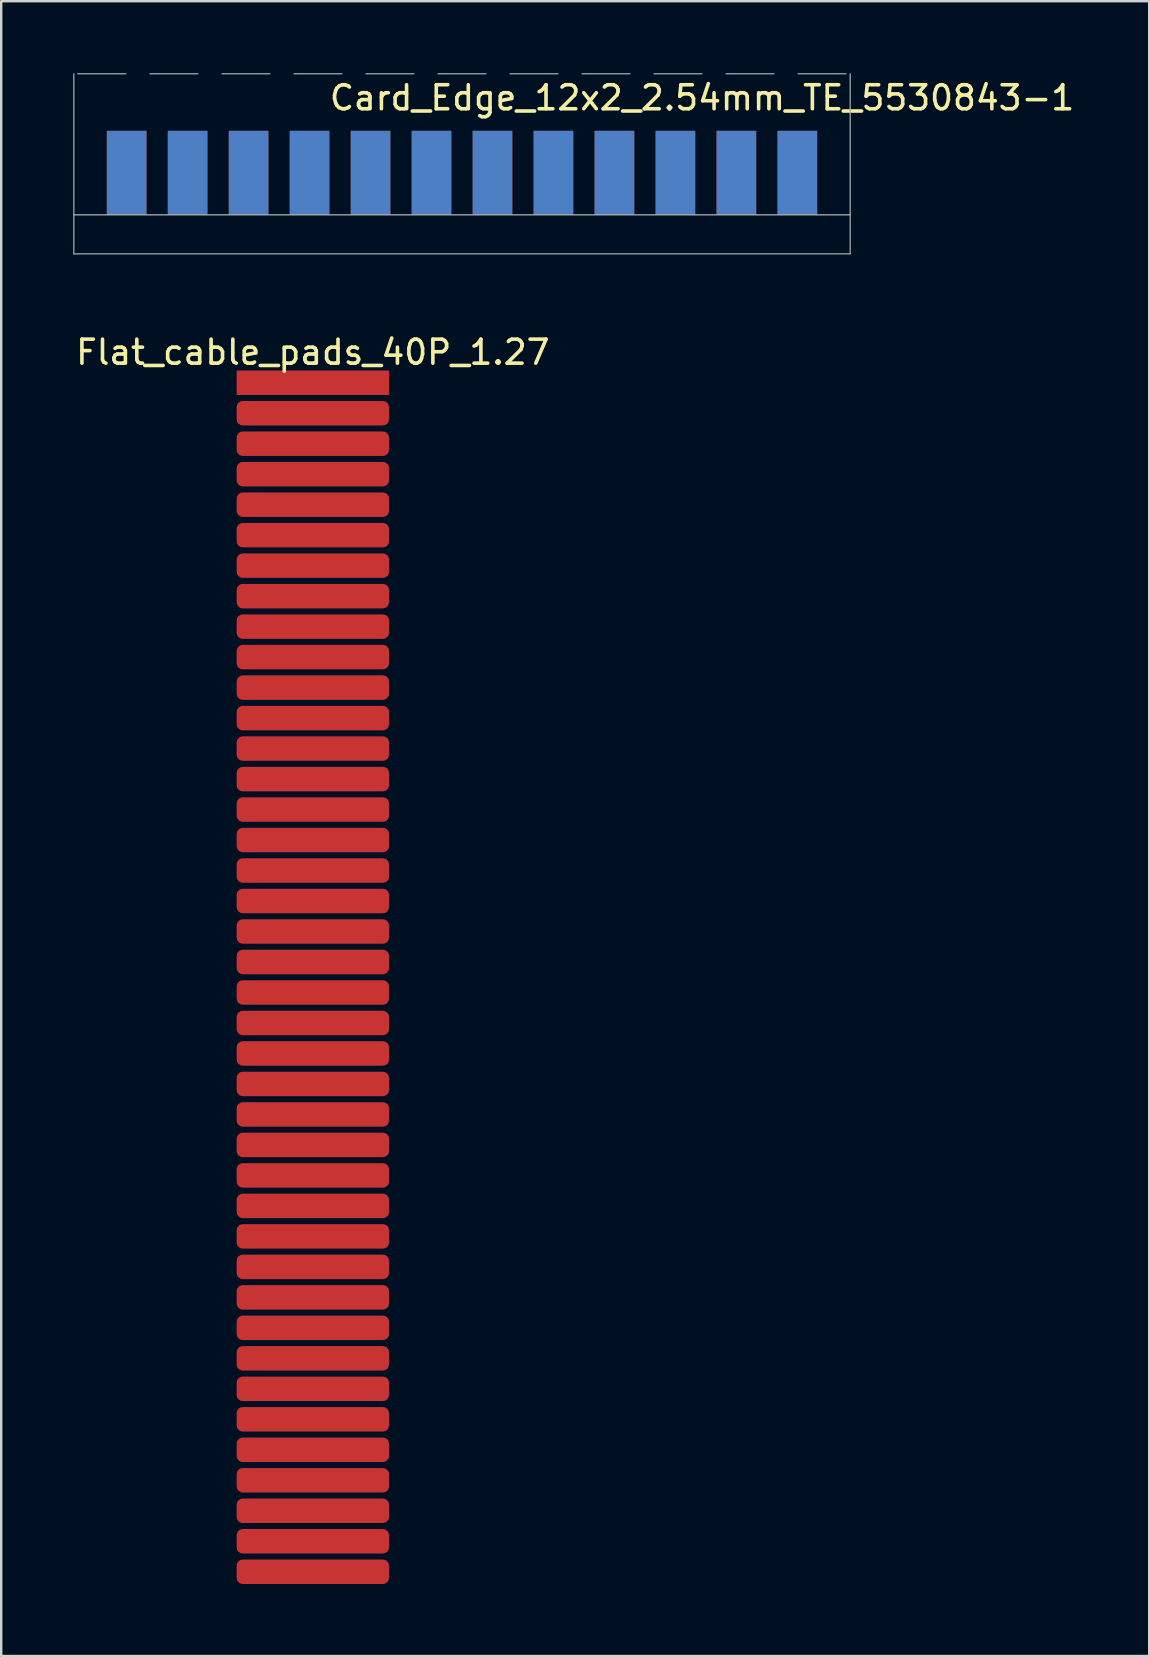
<source format=kicad_pcb>
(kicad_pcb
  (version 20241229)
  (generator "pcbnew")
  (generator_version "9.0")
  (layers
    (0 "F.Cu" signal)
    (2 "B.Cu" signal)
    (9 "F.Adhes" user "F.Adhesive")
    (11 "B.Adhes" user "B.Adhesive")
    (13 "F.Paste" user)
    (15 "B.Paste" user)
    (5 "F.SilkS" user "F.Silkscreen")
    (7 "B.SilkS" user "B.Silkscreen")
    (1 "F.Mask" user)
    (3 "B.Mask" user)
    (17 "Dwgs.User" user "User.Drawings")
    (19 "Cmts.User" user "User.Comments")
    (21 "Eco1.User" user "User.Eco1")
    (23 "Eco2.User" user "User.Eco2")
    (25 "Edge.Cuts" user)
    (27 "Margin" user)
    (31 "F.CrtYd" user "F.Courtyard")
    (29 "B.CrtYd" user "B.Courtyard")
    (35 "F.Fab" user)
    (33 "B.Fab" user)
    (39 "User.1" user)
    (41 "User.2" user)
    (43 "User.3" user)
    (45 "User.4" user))
  (footprint "Card_Edge_12x2_2.54mm_TE_5530843-1"
    (layer "F.Cu")
    (at 16.195 7.525)
    (property "Reference" "Card_Edge_12x2_2.54mm_TE_5530843-1" (at 10 -6.5 0) (layer "F.SilkS") (effects (font (size 1 1) (thickness 0.15))))
    (attr exclude_from_pos_files exclude_from_bom)
    (fp_line (start -16.17 -1.626) (end 16.17 -1.626) (stroke (width 0.05) (type solid)) (layer "F.Fab"))
    (fp_line (start -16.17 0) (end -16.17 -7.5) (stroke (width 0.05) (type solid)) (layer "F.Fab"))
    (fp_line (start -16.17 0) (end 16.17 0) (stroke (width 0.05) (type solid)) (layer "F.Fab"))
    (fp_line (start -14 -7.5) (end -16 -7.5) (stroke (width 0.05) (type solid)) (layer "F.Fab"))
    (fp_line (start -11 -7.5) (end -13 -7.5) (stroke (width 0.05) (type solid)) (layer "F.Fab"))
    (fp_line (start -8 -7.5) (end -10 -7.5) (stroke (width 0.05) (type solid)) (layer "F.Fab"))
    (fp_line (start -5 -7.5) (end -7 -7.5) (stroke (width 0.05) (type solid)) (layer "F.Fab"))
    (fp_line (start -2 -7.5) (end -4 -7.5) (stroke (width 0.05) (type solid)) (layer "F.Fab"))
    (fp_line (start 1 -7.5) (end -1 -7.5) (stroke (width 0.05) (type solid)) (layer "F.Fab"))
    (fp_line (start 2 -7.5) (end 4 -7.5) (stroke (width 0.05) (type solid)) (layer "F.Fab"))
    (fp_line (start 5 -7.5) (end 7 -7.5) (stroke (width 0.05) (type solid)) (layer "F.Fab"))
    (fp_line (start 8 -7.5) (end 10 -7.5) (stroke (width 0.05) (type solid)) (layer "F.Fab"))
    (fp_line (start 11 -7.5) (end 13 -7.5) (stroke (width 0.05) (type solid)) (layer "F.Fab"))
    (fp_line (start 14 -7.5) (end 16 -7.5) (stroke (width 0.05) (type solid)) (layer "F.Fab"))
    (fp_line (start 16.17 0) (end 16.17 -7.5) (stroke (width 0.05) (type solid)) (layer "F.Fab"))
    (pad "1" connect rect (at -13.97 -3.375) (size 1.65 3.5) (layers "F.Cu" "F.Mask"))
    (pad "2" connect rect (at -13.97 -3.375) (size 1.65 3.5) (layers "B.Cu" "B.Mask"))
    (pad "3" connect rect (at -11.43 -3.375) (size 1.65 3.5) (layers "F.Cu" "F.Mask"))
    (pad "4" connect rect (at -11.43 -3.375) (size 1.65 3.5) (layers "B.Cu" "B.Mask"))
    (pad "5" connect rect (at -8.89 -3.375) (size 1.65 3.5) (layers "F.Cu" "F.Mask"))
    (pad "6" connect rect (at -8.89 -3.375) (size 1.65 3.5) (layers "B.Cu" "B.Mask"))
    (pad "7" connect rect (at -6.35 -3.375) (size 1.65 3.5) (layers "F.Cu" "F.Mask"))
    (pad "8" connect rect (at -6.35 -3.375) (size 1.65 3.5) (layers "B.Cu" "B.Mask"))
    (pad "9" connect rect (at -3.81 -3.375) (size 1.65 3.5) (layers "F.Cu" "F.Mask"))
    (pad "10" connect rect (at -3.81 -3.375) (size 1.65 3.5) (layers "B.Cu" "B.Mask"))
    (pad "11" connect rect (at -1.27 -3.375) (size 1.65 3.5) (layers "F.Cu" "F.Mask"))
    (pad "12" connect rect (at -1.27 -3.375) (size 1.65 3.5) (layers "B.Cu" "B.Mask"))
    (pad "13" connect rect (at 1.27 -3.375) (size 1.65 3.5) (layers "F.Cu" "F.Mask"))
    (pad "14" connect rect (at 1.27 -3.375) (size 1.65 3.5) (layers "B.Cu" "B.Mask"))
    (pad "15" connect rect (at 3.81 -3.375) (size 1.65 3.5) (layers "F.Cu" "F.Mask"))
    (pad "16" connect rect (at 3.81 -3.375) (size 1.65 3.5) (layers "B.Cu" "B.Mask"))
    (pad "17" connect rect (at 6.35 -3.375) (size 1.65 3.5) (layers "F.Cu" "F.Mask"))
    (pad "18" connect rect (at 6.35 -3.375) (size 1.65 3.5) (layers "B.Cu" "B.Mask"))
    (pad "19" connect rect (at 8.89 -3.375) (size 1.65 3.5) (layers "F.Cu" "F.Mask"))
    (pad "20" connect rect (at 8.89 -3.375) (size 1.65 3.5) (layers "B.Cu" "B.Mask"))
    (pad "21" connect rect (at 11.43 -3.375) (size 1.65 3.5) (layers "F.Cu" "F.Mask"))
    (pad "22" connect rect (at 11.43 -3.375) (size 1.65 3.5) (layers "B.Cu" "B.Mask"))
    (pad "23" connect rect (at 13.97 -3.375) (size 1.65 3.5) (layers "F.Cu" "F.Mask"))
    (pad "24" connect rect (at 13.97 -3.375) (size 1.65 3.5) (layers "B.Cu" "B.Mask")))
  (footprint "Flat_cable_pads_40P_1.27"
    (layer "F.Cu")
    (at 9.982 37.658)
    (property "Reference" "Flat_cable_pads_40P_1.27" (at 0 -26.035 0) (layer "F.SilkS") (effects (font (size 1 1) (thickness 0.15))))
    (attr exclude_from_pos_files exclude_from_bom)
    (pad "1" connect rect (at 0 -24.765) (size 6.35 1.02) (layers "F.Cu" "F.Mask"))
    (pad "2" connect roundrect (at 0 -23.495) (size 6.35 1.02) (layers "F.Cu" "F.Mask") (roundrect_rratio 0.25))
    (pad "3" connect roundrect (at 0 -22.225) (size 6.35 1.02) (layers "F.Cu" "F.Mask") (roundrect_rratio 0.25))
    (pad "4" connect roundrect (at 0 -20.955) (size 6.35 1.02) (layers "F.Cu" "F.Mask") (roundrect_rratio 0.25))
    (pad "5" connect roundrect (at 0 -19.685) (size 6.35 1.02) (layers "F.Cu" "F.Mask") (roundrect_rratio 0.25))
    (pad "6" connect roundrect (at 0 -18.415) (size 6.35 1.02) (layers "F.Cu" "F.Mask") (roundrect_rratio 0.25))
    (pad "7" connect roundrect (at 0 -17.145) (size 6.35 1.02) (layers "F.Cu" "F.Mask") (roundrect_rratio 0.25))
    (pad "8" connect roundrect (at 0 -15.875) (size 6.35 1.02) (layers "F.Cu" "F.Mask") (roundrect_rratio 0.25))
    (pad "9" connect roundrect (at 0 -14.605) (size 6.35 1.02) (layers "F.Cu" "F.Mask") (roundrect_rratio 0.25))
    (pad "10" connect roundrect (at 0 -13.335) (size 6.35 1.02) (layers "F.Cu" "F.Mask") (roundrect_rratio 0.25))
    (pad "11" connect roundrect (at 0 -12.065) (size 6.35 1.02) (layers "F.Cu" "F.Mask") (roundrect_rratio 0.25))
    (pad "12" connect roundrect (at 0 -10.795) (size 6.35 1.02) (layers "F.Cu" "F.Mask") (roundrect_rratio 0.25))
    (pad "13" connect roundrect (at 0 -9.525) (size 6.35 1.02) (layers "F.Cu" "F.Mask") (roundrect_rratio 0.25))
    (pad "14" connect roundrect (at 0 -8.255) (size 6.35 1.02) (layers "F.Cu" "F.Mask") (roundrect_rratio 0.25))
    (pad "15" connect roundrect (at 0 -6.985) (size 6.35 1.02) (layers "F.Cu" "F.Mask") (roundrect_rratio 0.25))
    (pad "16" connect roundrect (at 0 -5.715) (size 6.35 1.02) (layers "F.Cu" "F.Mask") (roundrect_rratio 0.25))
    (pad "17" connect roundrect (at 0 -4.445) (size 6.35 1.02) (layers "F.Cu" "F.Mask") (roundrect_rratio 0.25))
    (pad "18" connect roundrect (at 0 -3.175) (size 6.35 1.02) (layers "F.Cu" "F.Mask") (roundrect_rratio 0.25))
    (pad "19" connect roundrect (at 0 -1.905) (size 6.35 1.02) (layers "F.Cu" "F.Mask") (roundrect_rratio 0.25))
    (pad "20" connect roundrect (at 0 -0.635) (size 6.35 1.02) (layers "F.Cu" "F.Mask") (roundrect_rratio 0.25))
    (pad "21" connect roundrect (at 0 0.635) (size 6.35 1.02) (layers "F.Cu" "F.Mask") (roundrect_rratio 0.25))
    (pad "22" connect roundrect (at 0 1.905) (size 6.35 1.02) (layers "F.Cu" "F.Mask") (roundrect_rratio 0.25))
    (pad "23" connect roundrect (at 0 3.175) (size 6.35 1.02) (layers "F.Cu" "F.Mask") (roundrect_rratio 0.25))
    (pad "24" connect roundrect (at 0 4.445) (size 6.35 1.02) (layers "F.Cu" "F.Mask") (roundrect_rratio 0.25))
    (pad "25" connect roundrect (at 0 5.715) (size 6.35 1.02) (layers "F.Cu" "F.Mask") (roundrect_rratio 0.25))
    (pad "26" connect roundrect (at 0 6.985) (size 6.35 1.02) (layers "F.Cu" "F.Mask") (roundrect_rratio 0.25))
    (pad "27" connect roundrect (at 0 8.255) (size 6.35 1.02) (layers "F.Cu" "F.Mask") (roundrect_rratio 0.25))
    (pad "28" connect roundrect (at 0 9.525) (size 6.35 1.02) (layers "F.Cu" "F.Mask") (roundrect_rratio 0.25))
    (pad "29" connect roundrect (at 0 10.795) (size 6.35 1.02) (layers "F.Cu" "F.Mask") (roundrect_rratio 0.25))
    (pad "30" connect roundrect (at 0 12.065) (size 6.35 1.02) (layers "F.Cu" "F.Mask") (roundrect_rratio 0.25))
    (pad "31" connect roundrect (at 0 13.335) (size 6.35 1.02) (layers "F.Cu" "F.Mask") (roundrect_rratio 0.25))
    (pad "32" connect roundrect (at 0 14.605) (size 6.35 1.02) (layers "F.Cu" "F.Mask") (roundrect_rratio 0.25))
    (pad "33" connect roundrect (at 0 15.875) (size 6.35 1.02) (layers "F.Cu" "F.Mask") (roundrect_rratio 0.25))
    (pad "34" connect roundrect (at 0 17.145) (size 6.35 1.02) (layers "F.Cu" "F.Mask") (roundrect_rratio 0.25))
    (pad "35" connect roundrect (at 0 18.415) (size 6.35 1.02) (layers "F.Cu" "F.Mask") (roundrect_rratio 0.25))
    (pad "36" connect roundrect (at 0 19.685) (size 6.35 1.02) (layers "F.Cu" "F.Mask") (roundrect_rratio 0.25))
    (pad "37" connect roundrect (at 0 20.955) (size 6.35 1.02) (layers "F.Cu" "F.Mask") (roundrect_rratio 0.25))
    (pad "38" connect roundrect (at 0 22.225) (size 6.35 1.02) (layers "F.Cu" "F.Mask") (roundrect_rratio 0.25))
    (pad "39" connect roundrect (at 0 23.495) (size 6.35 1.02) (layers "F.Cu" "F.Mask") (roundrect_rratio 0.25))
    (pad "40" connect roundrect (at 0 24.765) (size 6.35 1.02) (layers "F.Cu" "F.Mask") (roundrect_rratio 0.25)))
  (gr_rect
    (start -3 -3)
    (end 44.82 65.933)
    (stroke (width 0.1) (type default))
    (fill no)
    (layer "Edge.Cuts")))
</source>
